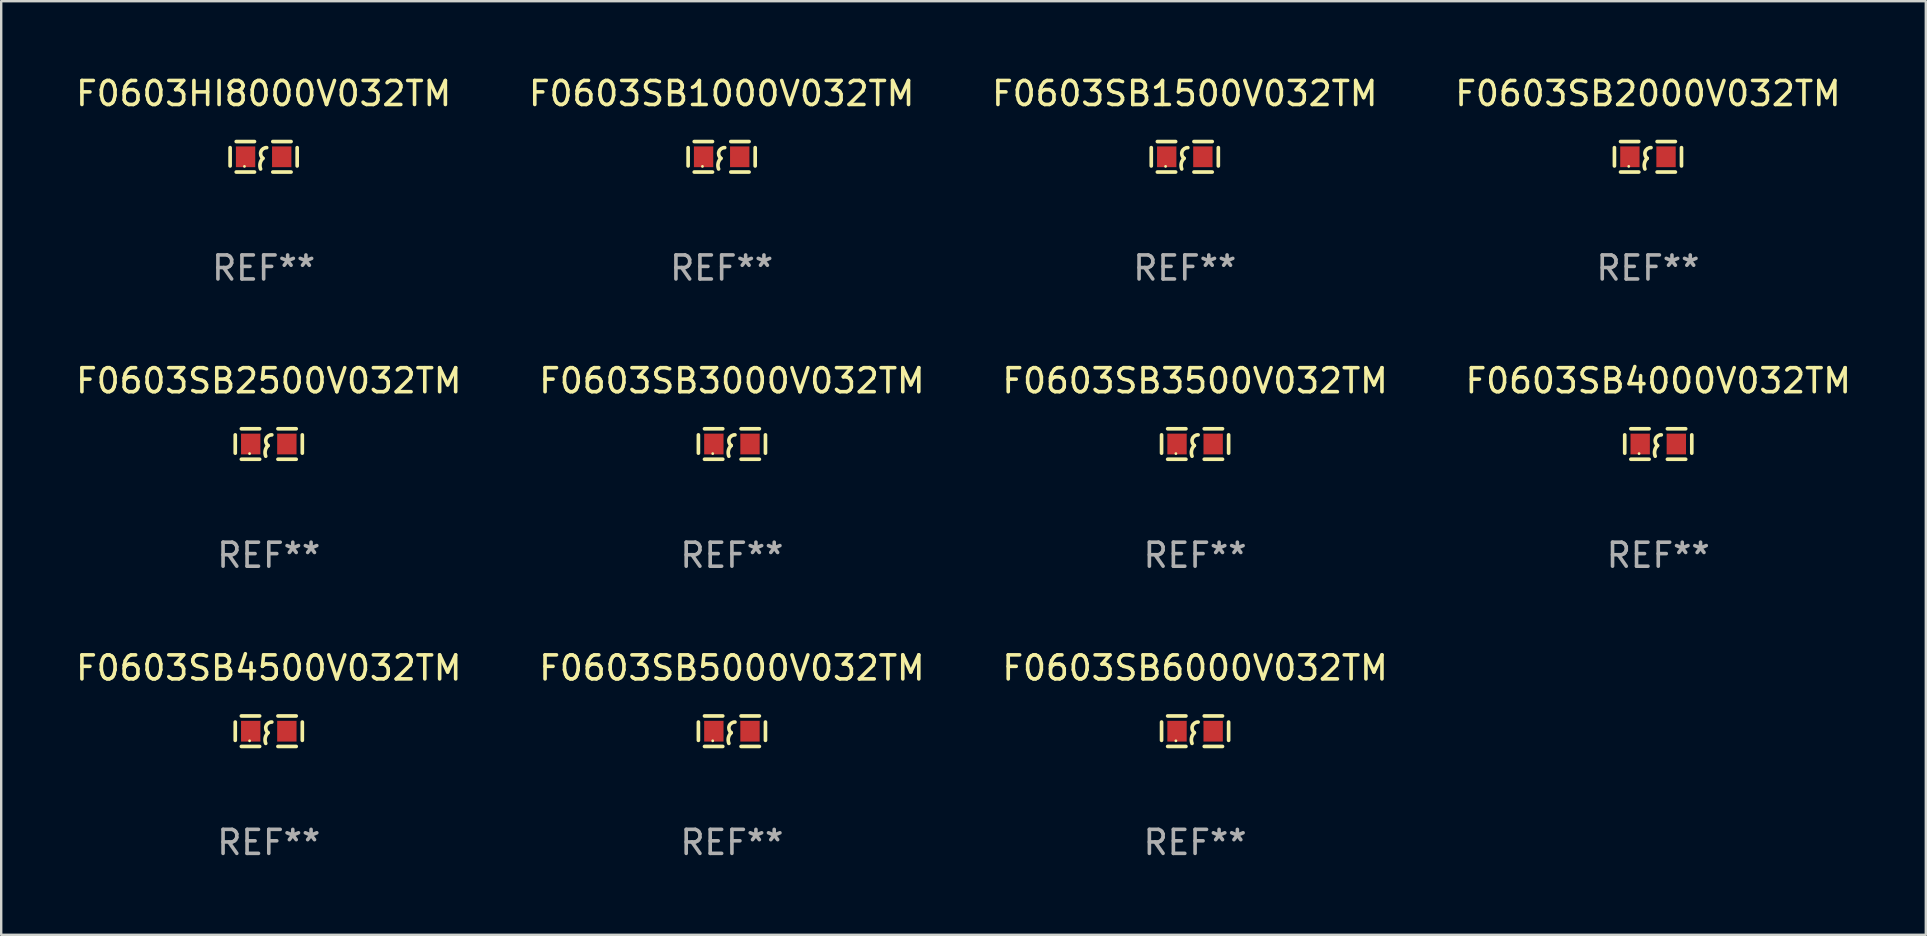
<source format=kicad_pcb>
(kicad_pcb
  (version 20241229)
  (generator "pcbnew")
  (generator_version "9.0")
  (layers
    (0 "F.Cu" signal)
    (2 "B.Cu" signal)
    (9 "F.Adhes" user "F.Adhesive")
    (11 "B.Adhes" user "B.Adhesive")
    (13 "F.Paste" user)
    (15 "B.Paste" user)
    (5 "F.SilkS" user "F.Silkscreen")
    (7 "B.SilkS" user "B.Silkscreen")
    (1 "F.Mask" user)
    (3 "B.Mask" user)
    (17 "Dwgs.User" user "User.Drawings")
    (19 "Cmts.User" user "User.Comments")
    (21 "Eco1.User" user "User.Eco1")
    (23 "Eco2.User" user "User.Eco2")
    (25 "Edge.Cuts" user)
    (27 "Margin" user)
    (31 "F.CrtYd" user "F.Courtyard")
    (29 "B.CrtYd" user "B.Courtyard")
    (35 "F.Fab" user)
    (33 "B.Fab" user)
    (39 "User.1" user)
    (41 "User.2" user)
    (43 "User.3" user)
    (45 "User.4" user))
  (footprint "F0603SB1000V032TM"
    (layer "F.Cu")
    (at 27.018 3.483)
    (property "Reference" "F0603SB1000V032TM" (at 0 -2.635 0) (layer "F.SilkS") (effects (font (size 1 1) (thickness 0.15))))
    (attr through_hole)
    (fp_line (start -1.397 -0.381) (end -1.397 0.381) (stroke (width 0.152) (type solid)) (layer "F.SilkS"))
    (fp_line (start -0.381 -0.635) (end -1.143 -0.635) (stroke (width 0.152) (type solid)) (layer "F.SilkS"))
    (fp_line (start -0.381 0.635) (end -1.143 0.635) (stroke (width 0.152) (type solid)) (layer "F.SilkS"))
    (fp_line (start 0.381 -0.635) (end 1.143 -0.635) (stroke (width 0.152) (type solid)) (layer "F.SilkS"))
    (fp_line (start 0.381 0.635) (end 1.143 0.635) (stroke (width 0.152) (type solid)) (layer "F.SilkS"))
    (fp_line (start 1.397 -0.381) (end 1.397 0.381) (stroke (width 0.152) (type solid)) (layer "F.SilkS"))
    (fp_arc (start -0.127 0.508001) (mid -0.146523 0.271131) (end -0.030861 0.0635) (stroke (width 0.151994) (type solid)) (layer "F.SilkS"))
    (fp_arc (start -0.03175 0.0635) (mid -0.113571 -0.216321) (end 0.127001 -0.381002) (stroke (width 0.151994) (type solid)) (layer "F.SilkS"))
    (fp_circle (center -0.8 0.4) (end -0.77 0.4) (stroke (width 0.06) (type solid)) (fill no) (layer "F.SilkS"))
    (fp_text user "REF**" (at 0 4.635 0) (layer "F.Fab") (effects (font (size 1 1) (thickness 0.15))))
    (pad "1" smd rect (at -0.753 0) (size 0.806 0.864) (layers "F.Cu" "F.Mask" "F.Paste"))
    (pad "2" smd rect (at 0.753 0) (size 0.806 0.864) (layers "F.Cu" "F.Mask" "F.Paste")))
  (footprint "F0603SB2000V032TM"
    (layer "F.Cu")
    (at 65.613 3.483)
    (property "Reference" "F0603SB2000V032TM" (at 0 -2.635 0) (layer "F.SilkS") (effects (font (size 1 1) (thickness 0.15))))
    (attr through_hole)
    (fp_line (start -1.397 -0.381) (end -1.397 0.381) (stroke (width 0.152) (type solid)) (layer "F.SilkS"))
    (fp_line (start -0.381 -0.635) (end -1.143 -0.635) (stroke (width 0.152) (type solid)) (layer "F.SilkS"))
    (fp_line (start -0.381 0.635) (end -1.143 0.635) (stroke (width 0.152) (type solid)) (layer "F.SilkS"))
    (fp_line (start 0.381 -0.635) (end 1.143 -0.635) (stroke (width 0.152) (type solid)) (layer "F.SilkS"))
    (fp_line (start 0.381 0.635) (end 1.143 0.635) (stroke (width 0.152) (type solid)) (layer "F.SilkS"))
    (fp_line (start 1.397 -0.381) (end 1.397 0.381) (stroke (width 0.152) (type solid)) (layer "F.SilkS"))
    (fp_arc (start -0.127 0.508001) (mid -0.146523 0.271131) (end -0.030861 0.0635) (stroke (width 0.151994) (type solid)) (layer "F.SilkS"))
    (fp_arc (start -0.03175 0.0635) (mid -0.113571 -0.216321) (end 0.127001 -0.381002) (stroke (width 0.151994) (type solid)) (layer "F.SilkS"))
    (fp_circle (center -0.8 0.4) (end -0.77 0.4) (stroke (width 0.06) (type solid)) (fill no) (layer "F.SilkS"))
    (fp_text user "REF**" (at 0 4.635 0) (layer "F.Fab") (effects (font (size 1 1) (thickness 0.15))))
    (pad "1" smd rect (at -0.753 0) (size 0.806 0.864) (layers "F.Cu" "F.Mask" "F.Paste"))
    (pad "2" smd rect (at 0.753 0) (size 0.806 0.864) (layers "F.Cu" "F.Mask" "F.Paste")))
  (footprint "F0603SB1500V032TM"
    (layer "F.Cu")
    (at 46.315 3.483)
    (property "Reference" "F0603SB1500V032TM" (at 0 -2.635 0) (layer "F.SilkS") (effects (font (size 1 1) (thickness 0.15))))
    (attr through_hole)
    (fp_line (start -1.397 -0.381) (end -1.397 0.381) (stroke (width 0.152) (type solid)) (layer "F.SilkS"))
    (fp_line (start -0.381 -0.635) (end -1.143 -0.635) (stroke (width 0.152) (type solid)) (layer "F.SilkS"))
    (fp_line (start -0.381 0.635) (end -1.143 0.635) (stroke (width 0.152) (type solid)) (layer "F.SilkS"))
    (fp_line (start 0.381 -0.635) (end 1.143 -0.635) (stroke (width 0.152) (type solid)) (layer "F.SilkS"))
    (fp_line (start 0.381 0.635) (end 1.143 0.635) (stroke (width 0.152) (type solid)) (layer "F.SilkS"))
    (fp_line (start 1.397 -0.381) (end 1.397 0.381) (stroke (width 0.152) (type solid)) (layer "F.SilkS"))
    (fp_arc (start -0.127 0.508001) (mid -0.146523 0.271131) (end -0.030861 0.0635) (stroke (width 0.151994) (type solid)) (layer "F.SilkS"))
    (fp_arc (start -0.03175 0.0635) (mid -0.113571 -0.216321) (end 0.127001 -0.381002) (stroke (width 0.151994) (type solid)) (layer "F.SilkS"))
    (fp_circle (center -0.8 0.4) (end -0.77 0.4) (stroke (width 0.06) (type solid)) (fill no) (layer "F.SilkS"))
    (fp_text user "REF**" (at 0 4.635 0) (layer "F.Fab") (effects (font (size 1 1) (thickness 0.15))))
    (pad "1" smd rect (at -0.753 0) (size 0.806 0.864) (layers "F.Cu" "F.Mask" "F.Paste"))
    (pad "2" smd rect (at 0.753 0) (size 0.806 0.864) (layers "F.Cu" "F.Mask" "F.Paste")))
  (footprint "F0603SB4500V032TM"
    (layer "F.Cu")
    (at 8.149 27.416)
    (property "Reference" "F0603SB4500V032TM" (at 0 -2.635 0) (layer "F.SilkS") (effects (font (size 1 1) (thickness 0.15))))
    (attr through_hole)
    (fp_line (start -1.397 -0.381) (end -1.397 0.381) (stroke (width 0.152) (type solid)) (layer "F.SilkS"))
    (fp_line (start -0.381 -0.635) (end -1.143 -0.635) (stroke (width 0.152) (type solid)) (layer "F.SilkS"))
    (fp_line (start -0.381 0.635) (end -1.143 0.635) (stroke (width 0.152) (type solid)) (layer "F.SilkS"))
    (fp_line (start 0.381 -0.635) (end 1.143 -0.635) (stroke (width 0.152) (type solid)) (layer "F.SilkS"))
    (fp_line (start 0.381 0.635) (end 1.143 0.635) (stroke (width 0.152) (type solid)) (layer "F.SilkS"))
    (fp_line (start 1.397 -0.381) (end 1.397 0.381) (stroke (width 0.152) (type solid)) (layer "F.SilkS"))
    (fp_arc (start -0.127 0.508001) (mid -0.146523 0.271131) (end -0.030861 0.0635) (stroke (width 0.151994) (type solid)) (layer "F.SilkS"))
    (fp_arc (start -0.03175 0.0635) (mid -0.113571 -0.216321) (end 0.127001 -0.381002) (stroke (width 0.151994) (type solid)) (layer "F.SilkS"))
    (fp_circle (center -0.8 0.4) (end -0.77 0.4) (stroke (width 0.06) (type solid)) (fill no) (layer "F.SilkS"))
    (fp_text user "REF**" (at 0 4.635 0) (layer "F.Fab") (effects (font (size 1 1) (thickness 0.15))))
    (pad "1" smd rect (at -0.753 0) (size 0.806 0.864) (layers "F.Cu" "F.Mask" "F.Paste"))
    (pad "2" smd rect (at 0.753 0) (size 0.806 0.864) (layers "F.Cu" "F.Mask" "F.Paste")))
  (footprint "F0603SB3500V032TM"
    (layer "F.Cu")
    (at 46.744 15.45)
    (property "Reference" "F0603SB3500V032TM" (at 0 -2.635 0) (layer "F.SilkS") (effects (font (size 1 1) (thickness 0.15))))
    (attr through_hole)
    (fp_line (start -1.397 -0.381) (end -1.397 0.381) (stroke (width 0.152) (type solid)) (layer "F.SilkS"))
    (fp_line (start -0.381 -0.635) (end -1.143 -0.635) (stroke (width 0.152) (type solid)) (layer "F.SilkS"))
    (fp_line (start -0.381 0.635) (end -1.143 0.635) (stroke (width 0.152) (type solid)) (layer "F.SilkS"))
    (fp_line (start 0.381 -0.635) (end 1.143 -0.635) (stroke (width 0.152) (type solid)) (layer "F.SilkS"))
    (fp_line (start 0.381 0.635) (end 1.143 0.635) (stroke (width 0.152) (type solid)) (layer "F.SilkS"))
    (fp_line (start 1.397 -0.381) (end 1.397 0.381) (stroke (width 0.152) (type solid)) (layer "F.SilkS"))
    (fp_arc (start -0.127 0.508001) (mid -0.146523 0.271131) (end -0.030861 0.0635) (stroke (width 0.151994) (type solid)) (layer "F.SilkS"))
    (fp_arc (start -0.03175 0.0635) (mid -0.113571 -0.216321) (end 0.127001 -0.381002) (stroke (width 0.151994) (type solid)) (layer "F.SilkS"))
    (fp_circle (center -0.8 0.4) (end -0.77 0.4) (stroke (width 0.06) (type solid)) (fill no) (layer "F.SilkS"))
    (fp_text user "REF**" (at 0 4.635 0) (layer "F.Fab") (effects (font (size 1 1) (thickness 0.15))))
    (pad "1" smd rect (at -0.753 0) (size 0.806 0.864) (layers "F.Cu" "F.Mask" "F.Paste"))
    (pad "2" smd rect (at 0.753 0) (size 0.806 0.864) (layers "F.Cu" "F.Mask" "F.Paste")))
  (footprint "F0603SB2500V032TM"
    (layer "F.Cu")
    (at 8.149 15.45)
    (property "Reference" "F0603SB2500V032TM" (at 0 -2.635 0) (layer "F.SilkS") (effects (font (size 1 1) (thickness 0.15))))
    (attr through_hole)
    (fp_line (start -1.397 -0.381) (end -1.397 0.381) (stroke (width 0.152) (type solid)) (layer "F.SilkS"))
    (fp_line (start -0.381 -0.635) (end -1.143 -0.635) (stroke (width 0.152) (type solid)) (layer "F.SilkS"))
    (fp_line (start -0.381 0.635) (end -1.143 0.635) (stroke (width 0.152) (type solid)) (layer "F.SilkS"))
    (fp_line (start 0.381 -0.635) (end 1.143 -0.635) (stroke (width 0.152) (type solid)) (layer "F.SilkS"))
    (fp_line (start 0.381 0.635) (end 1.143 0.635) (stroke (width 0.152) (type solid)) (layer "F.SilkS"))
    (fp_line (start 1.397 -0.381) (end 1.397 0.381) (stroke (width 0.152) (type solid)) (layer "F.SilkS"))
    (fp_arc (start -0.127 0.508001) (mid -0.146523 0.271131) (end -0.030861 0.0635) (stroke (width 0.151994) (type solid)) (layer "F.SilkS"))
    (fp_arc (start -0.03175 0.0635) (mid -0.113571 -0.216321) (end 0.127001 -0.381002) (stroke (width 0.151994) (type solid)) (layer "F.SilkS"))
    (fp_circle (center -0.8 0.4) (end -0.77 0.4) (stroke (width 0.06) (type solid)) (fill no) (layer "F.SilkS"))
    (fp_text user "REF**" (at 0 4.635 0) (layer "F.Fab") (effects (font (size 1 1) (thickness 0.15))))
    (pad "1" smd rect (at -0.753 0) (size 0.806 0.864) (layers "F.Cu" "F.Mask" "F.Paste"))
    (pad "2" smd rect (at 0.753 0) (size 0.806 0.864) (layers "F.Cu" "F.Mask" "F.Paste")))
  (footprint "F0603HI8000V032TM"
    (layer "F.Cu")
    (at 7.935 3.483)
    (property "Reference" "F0603HI8000V032TM" (at 0 -2.635 0) (layer "F.SilkS") (effects (font (size 1 1) (thickness 0.15))))
    (attr through_hole)
    (fp_line (start -1.397 -0.381) (end -1.397 0.381) (stroke (width 0.152) (type solid)) (layer "F.SilkS"))
    (fp_line (start -0.381 -0.635) (end -1.143 -0.635) (stroke (width 0.152) (type solid)) (layer "F.SilkS"))
    (fp_line (start -0.381 0.635) (end -1.143 0.635) (stroke (width 0.152) (type solid)) (layer "F.SilkS"))
    (fp_line (start 0.381 -0.635) (end 1.143 -0.635) (stroke (width 0.152) (type solid)) (layer "F.SilkS"))
    (fp_line (start 0.381 0.635) (end 1.143 0.635) (stroke (width 0.152) (type solid)) (layer "F.SilkS"))
    (fp_line (start 1.397 -0.381) (end 1.397 0.381) (stroke (width 0.152) (type solid)) (layer "F.SilkS"))
    (fp_arc (start -0.127 0.508001) (mid -0.146523 0.271131) (end -0.030861 0.0635) (stroke (width 0.151994) (type solid)) (layer "F.SilkS"))
    (fp_arc (start -0.03175 0.0635) (mid -0.113571 -0.216321) (end 0.127001 -0.381002) (stroke (width 0.151994) (type solid)) (layer "F.SilkS"))
    (fp_circle (center -0.8 0.4) (end -0.77 0.4) (stroke (width 0.06) (type solid)) (fill no) (layer "F.SilkS"))
    (fp_text user "REF**" (at 0 4.635 0) (layer "F.Fab") (effects (font (size 1 1) (thickness 0.15))))
    (pad "1" smd rect (at -0.753 0) (size 0.806 0.864) (layers "F.Cu" "F.Mask" "F.Paste"))
    (pad "2" smd rect (at 0.753 0) (size 0.806 0.864) (layers "F.Cu" "F.Mask" "F.Paste")))
  (footprint "F0603SB4000V032TM"
    (layer "F.Cu")
    (at 66.042 15.45)
    (property "Reference" "F0603SB4000V032TM" (at 0 -2.635 0) (layer "F.SilkS") (effects (font (size 1 1) (thickness 0.15))))
    (attr through_hole)
    (fp_line (start -1.397 -0.381) (end -1.397 0.381) (stroke (width 0.152) (type solid)) (layer "F.SilkS"))
    (fp_line (start -0.381 -0.635) (end -1.143 -0.635) (stroke (width 0.152) (type solid)) (layer "F.SilkS"))
    (fp_line (start -0.381 0.635) (end -1.143 0.635) (stroke (width 0.152) (type solid)) (layer "F.SilkS"))
    (fp_line (start 0.381 -0.635) (end 1.143 -0.635) (stroke (width 0.152) (type solid)) (layer "F.SilkS"))
    (fp_line (start 0.381 0.635) (end 1.143 0.635) (stroke (width 0.152) (type solid)) (layer "F.SilkS"))
    (fp_line (start 1.397 -0.381) (end 1.397 0.381) (stroke (width 0.152) (type solid)) (layer "F.SilkS"))
    (fp_arc (start -0.127 0.508001) (mid -0.146523 0.271131) (end -0.030861 0.0635) (stroke (width 0.151994) (type solid)) (layer "F.SilkS"))
    (fp_arc (start -0.03175 0.0635) (mid -0.113571 -0.216321) (end 0.127001 -0.381002) (stroke (width 0.151994) (type solid)) (layer "F.SilkS"))
    (fp_circle (center -0.8 0.4) (end -0.77 0.4) (stroke (width 0.06) (type solid)) (fill no) (layer "F.SilkS"))
    (fp_text user "REF**" (at 0 4.635 0) (layer "F.Fab") (effects (font (size 1 1) (thickness 0.15))))
    (pad "1" smd rect (at -0.753 0) (size 0.806 0.864) (layers "F.Cu" "F.Mask" "F.Paste"))
    (pad "2" smd rect (at 0.753 0) (size 0.806 0.864) (layers "F.Cu" "F.Mask" "F.Paste")))
  (footprint "F0603SB6000V032TM"
    (layer "F.Cu")
    (at 46.744 27.416)
    (property "Reference" "F0603SB6000V032TM" (at 0 -2.635 0) (layer "F.SilkS") (effects (font (size 1 1) (thickness 0.15))))
    (attr through_hole)
    (fp_line (start -1.397 -0.381) (end -1.397 0.381) (stroke (width 0.152) (type solid)) (layer "F.SilkS"))
    (fp_line (start -0.381 -0.635) (end -1.143 -0.635) (stroke (width 0.152) (type solid)) (layer "F.SilkS"))
    (fp_line (start -0.381 0.635) (end -1.143 0.635) (stroke (width 0.152) (type solid)) (layer "F.SilkS"))
    (fp_line (start 0.381 -0.635) (end 1.143 -0.635) (stroke (width 0.152) (type solid)) (layer "F.SilkS"))
    (fp_line (start 0.381 0.635) (end 1.143 0.635) (stroke (width 0.152) (type solid)) (layer "F.SilkS"))
    (fp_line (start 1.397 -0.381) (end 1.397 0.381) (stroke (width 0.152) (type solid)) (layer "F.SilkS"))
    (fp_arc (start -0.127 0.508001) (mid -0.146523 0.271131) (end -0.030861 0.0635) (stroke (width 0.151994) (type solid)) (layer "F.SilkS"))
    (fp_arc (start -0.03175 0.0635) (mid -0.113571 -0.216321) (end 0.127001 -0.381002) (stroke (width 0.151994) (type solid)) (layer "F.SilkS"))
    (fp_circle (center -0.8 0.4) (end -0.77 0.4) (stroke (width 0.06) (type solid)) (fill no) (layer "F.SilkS"))
    (fp_text user "REF**" (at 0 4.635 0) (layer "F.Fab") (effects (font (size 1 1) (thickness 0.15))))
    (pad "1" smd rect (at -0.753 0) (size 0.806 0.864) (layers "F.Cu" "F.Mask" "F.Paste"))
    (pad "2" smd rect (at 0.753 0) (size 0.806 0.864) (layers "F.Cu" "F.Mask" "F.Paste")))
  (footprint "F0603SB3000V032TM"
    (layer "F.Cu")
    (at 27.446 15.45)
    (property "Reference" "F0603SB3000V032TM" (at 0 -2.635 0) (layer "F.SilkS") (effects (font (size 1 1) (thickness 0.15))))
    (attr through_hole)
    (fp_line (start -1.397 -0.381) (end -1.397 0.381) (stroke (width 0.152) (type solid)) (layer "F.SilkS"))
    (fp_line (start -0.381 -0.635) (end -1.143 -0.635) (stroke (width 0.152) (type solid)) (layer "F.SilkS"))
    (fp_line (start -0.381 0.635) (end -1.143 0.635) (stroke (width 0.152) (type solid)) (layer "F.SilkS"))
    (fp_line (start 0.381 -0.635) (end 1.143 -0.635) (stroke (width 0.152) (type solid)) (layer "F.SilkS"))
    (fp_line (start 0.381 0.635) (end 1.143 0.635) (stroke (width 0.152) (type solid)) (layer "F.SilkS"))
    (fp_line (start 1.397 -0.381) (end 1.397 0.381) (stroke (width 0.152) (type solid)) (layer "F.SilkS"))
    (fp_arc (start -0.127 0.508001) (mid -0.146523 0.271131) (end -0.030861 0.0635) (stroke (width 0.151994) (type solid)) (layer "F.SilkS"))
    (fp_arc (start -0.03175 0.0635) (mid -0.113571 -0.216321) (end 0.127001 -0.381002) (stroke (width 0.151994) (type solid)) (layer "F.SilkS"))
    (fp_circle (center -0.8 0.4) (end -0.77 0.4) (stroke (width 0.06) (type solid)) (fill no) (layer "F.SilkS"))
    (fp_text user "REF**" (at 0 4.635 0) (layer "F.Fab") (effects (font (size 1 1) (thickness 0.15))))
    (pad "1" smd rect (at -0.753 0) (size 0.806 0.864) (layers "F.Cu" "F.Mask" "F.Paste"))
    (pad "2" smd rect (at 0.753 0) (size 0.806 0.864) (layers "F.Cu" "F.Mask" "F.Paste")))
  (footprint "F0603SB5000V032TM"
    (layer "F.Cu")
    (at 27.446 27.416)
    (property "Reference" "F0603SB5000V032TM" (at 0 -2.635 0) (layer "F.SilkS") (effects (font (size 1 1) (thickness 0.15))))
    (attr through_hole)
    (fp_line (start -1.397 -0.381) (end -1.397 0.381) (stroke (width 0.152) (type solid)) (layer "F.SilkS"))
    (fp_line (start -0.381 -0.635) (end -1.143 -0.635) (stroke (width 0.152) (type solid)) (layer "F.SilkS"))
    (fp_line (start -0.381 0.635) (end -1.143 0.635) (stroke (width 0.152) (type solid)) (layer "F.SilkS"))
    (fp_line (start 0.381 -0.635) (end 1.143 -0.635) (stroke (width 0.152) (type solid)) (layer "F.SilkS"))
    (fp_line (start 0.381 0.635) (end 1.143 0.635) (stroke (width 0.152) (type solid)) (layer "F.SilkS"))
    (fp_line (start 1.397 -0.381) (end 1.397 0.381) (stroke (width 0.152) (type solid)) (layer "F.SilkS"))
    (fp_arc (start -0.127 0.508001) (mid -0.146523 0.271131) (end -0.030861 0.0635) (stroke (width 0.151994) (type solid)) (layer "F.SilkS"))
    (fp_arc (start -0.03175 0.0635) (mid -0.113571 -0.216321) (end 0.127001 -0.381002) (stroke (width 0.151994) (type solid)) (layer "F.SilkS"))
    (fp_circle (center -0.8 0.4) (end -0.77 0.4) (stroke (width 0.06) (type solid)) (fill no) (layer "F.SilkS"))
    (fp_text user "REF**" (at 0 4.635 0) (layer "F.Fab") (effects (font (size 1 1) (thickness 0.15))))
    (pad "1" smd rect (at -0.753 0) (size 0.806 0.864) (layers "F.Cu" "F.Mask" "F.Paste"))
    (pad "2" smd rect (at 0.753 0) (size 0.806 0.864) (layers "F.Cu" "F.Mask" "F.Paste")))
  (gr_rect
    (start -3 -3)
    (end 77.19 35.9)
    (stroke (width 0.1) (type default))
    (fill no)
    (layer "Edge.Cuts")))
</source>
